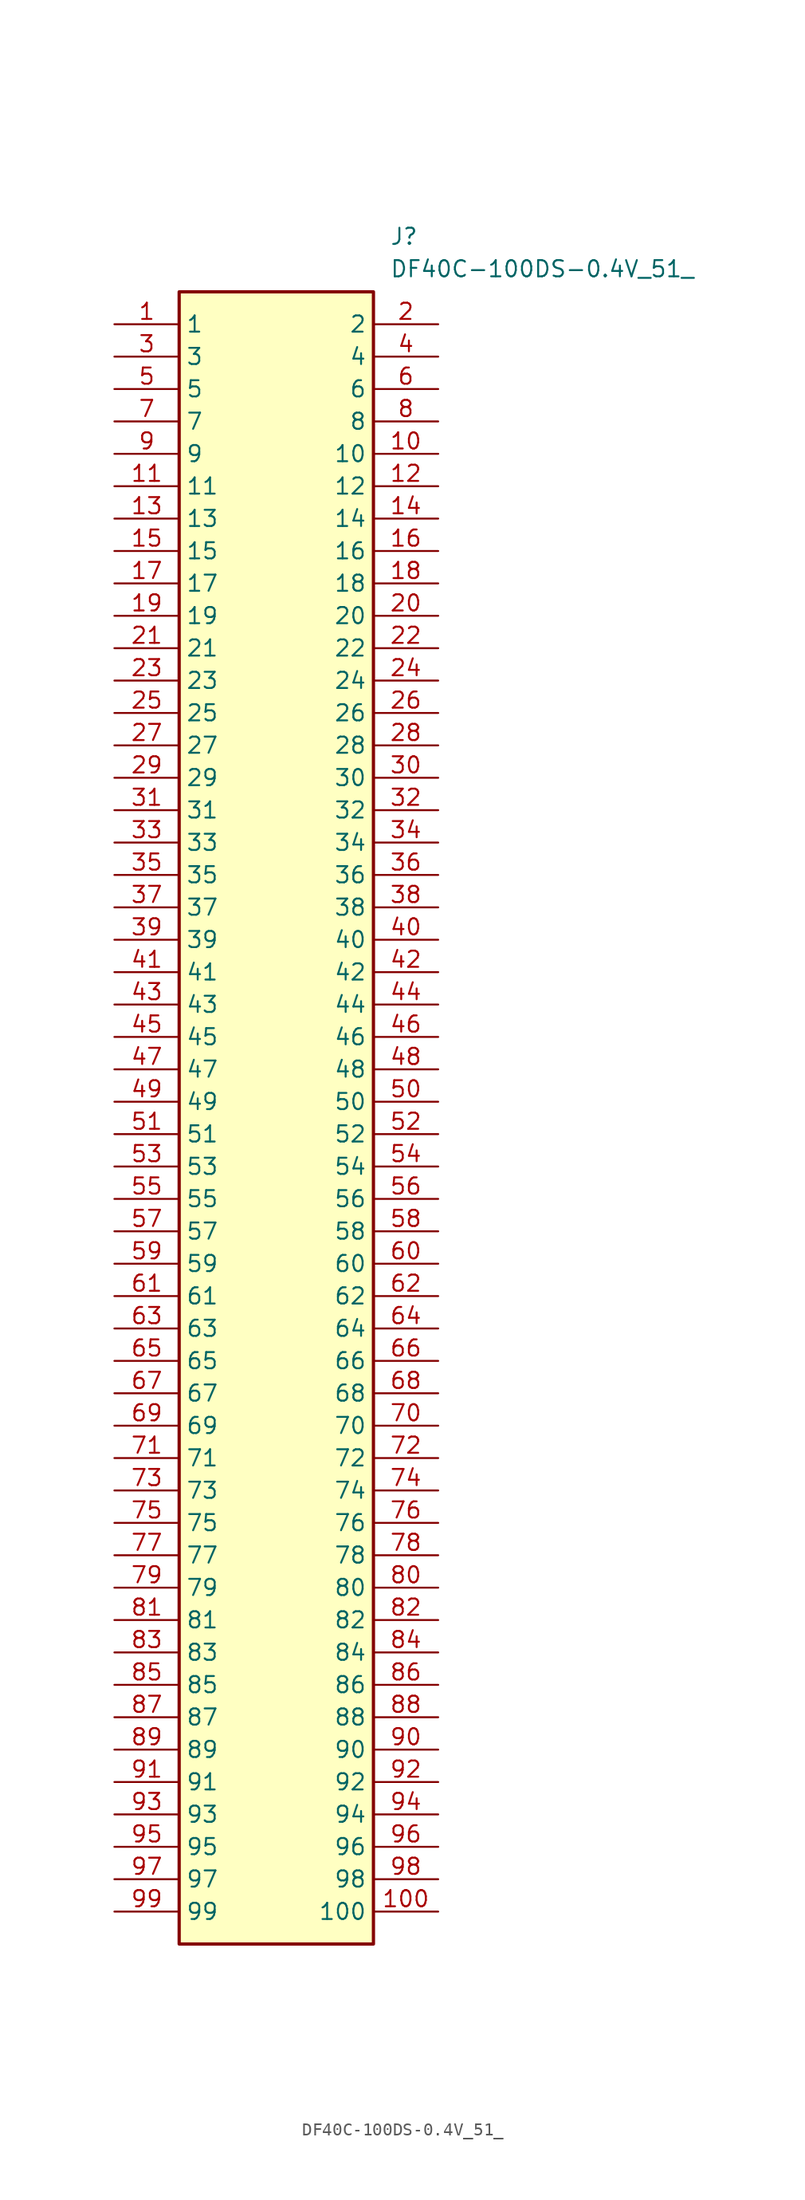
<source format=kicad_sym>
(kicad_symbol_lib
  (version 20211014)
  (generator SamacSys_ECAD_Model)
  (symbol "DF40C-100DS-0.4V_51_"
    (property "Reference" "J"
      (at 21.59 7.62 0)
      (effects (font (size 1.27 1.27)) (justify left top)))
    (property "Value" "DF40C-100DS-0.4V_51_"
      (at 21.59 5.08 0)
      (effects (font (size 1.27 1.27)) (justify left top)))
    (rectangle
      (start 5.08 2.54)
      (end 20.32 -127)
      (stroke (width 0.254) (type default))
      (fill (type background)))
    (pin passive line
      (at 0 0 0)
      (length 5.08)
      (name "1" (effects (font (size 1.27 1.27))))
      (number "1" (effects (font (size 1.27 1.27)))))
    (pin passive line
      (at 25.4 0 180)
      (length 5.08)
      (name "2" (effects (font (size 1.27 1.27))))
      (number "2" (effects (font (size 1.27 1.27)))))
    (pin passive line
      (at 0 -2.54 0)
      (length 5.08)
      (name "3" (effects (font (size 1.27 1.27))))
      (number "3" (effects (font (size 1.27 1.27)))))
    (pin passive line
      (at 25.4 -2.54 180)
      (length 5.08)
      (name "4" (effects (font (size 1.27 1.27))))
      (number "4" (effects (font (size 1.27 1.27)))))
    (pin passive line
      (at 0 -5.08 0)
      (length 5.08)
      (name "5" (effects (font (size 1.27 1.27))))
      (number "5" (effects (font (size 1.27 1.27)))))
    (pin passive line
      (at 25.4 -5.08 180)
      (length 5.08)
      (name "6" (effects (font (size 1.27 1.27))))
      (number "6" (effects (font (size 1.27 1.27)))))
    (pin passive line
      (at 0 -7.62 0)
      (length 5.08)
      (name "7" (effects (font (size 1.27 1.27))))
      (number "7" (effects (font (size 1.27 1.27)))))
    (pin passive line
      (at 25.4 -7.62 180)
      (length 5.08)
      (name "8" (effects (font (size 1.27 1.27))))
      (number "8" (effects (font (size 1.27 1.27)))))
    (pin passive line
      (at 0 -10.16 0)
      (length 5.08)
      (name "9" (effects (font (size 1.27 1.27))))
      (number "9" (effects (font (size 1.27 1.27)))))
    (pin passive line
      (at 25.4 -10.16 180)
      (length 5.08)
      (name "10" (effects (font (size 1.27 1.27))))
      (number "10" (effects (font (size 1.27 1.27)))))
    (pin passive line
      (at 0 -12.7 0)
      (length 5.08)
      (name "11" (effects (font (size 1.27 1.27))))
      (number "11" (effects (font (size 1.27 1.27)))))
    (pin passive line
      (at 25.4 -12.7 180)
      (length 5.08)
      (name "12" (effects (font (size 1.27 1.27))))
      (number "12" (effects (font (size 1.27 1.27)))))
    (pin passive line
      (at 0 -15.24 0)
      (length 5.08)
      (name "13" (effects (font (size 1.27 1.27))))
      (number "13" (effects (font (size 1.27 1.27)))))
    (pin passive line
      (at 25.4 -15.24 180)
      (length 5.08)
      (name "14" (effects (font (size 1.27 1.27))))
      (number "14" (effects (font (size 1.27 1.27)))))
    (pin passive line
      (at 0 -17.78 0)
      (length 5.08)
      (name "15" (effects (font (size 1.27 1.27))))
      (number "15" (effects (font (size 1.27 1.27)))))
    (pin passive line
      (at 25.4 -17.78 180)
      (length 5.08)
      (name "16" (effects (font (size 1.27 1.27))))
      (number "16" (effects (font (size 1.27 1.27)))))
    (pin passive line
      (at 0 -20.32 0)
      (length 5.08)
      (name "17" (effects (font (size 1.27 1.27))))
      (number "17" (effects (font (size 1.27 1.27)))))
    (pin passive line
      (at 25.4 -20.32 180)
      (length 5.08)
      (name "18" (effects (font (size 1.27 1.27))))
      (number "18" (effects (font (size 1.27 1.27)))))
    (pin passive line
      (at 0 -22.86 0)
      (length 5.08)
      (name "19" (effects (font (size 1.27 1.27))))
      (number "19" (effects (font (size 1.27 1.27)))))
    (pin passive line
      (at 25.4 -22.86 180)
      (length 5.08)
      (name "20" (effects (font (size 1.27 1.27))))
      (number "20" (effects (font (size 1.27 1.27)))))
    (pin passive line
      (at 0 -25.4 0)
      (length 5.08)
      (name "21" (effects (font (size 1.27 1.27))))
      (number "21" (effects (font (size 1.27 1.27)))))
    (pin passive line
      (at 25.4 -25.4 180)
      (length 5.08)
      (name "22" (effects (font (size 1.27 1.27))))
      (number "22" (effects (font (size 1.27 1.27)))))
    (pin passive line
      (at 0 -27.94 0)
      (length 5.08)
      (name "23" (effects (font (size 1.27 1.27))))
      (number "23" (effects (font (size 1.27 1.27)))))
    (pin passive line
      (at 25.4 -27.94 180)
      (length 5.08)
      (name "24" (effects (font (size 1.27 1.27))))
      (number "24" (effects (font (size 1.27 1.27)))))
    (pin passive line
      (at 0 -30.48 0)
      (length 5.08)
      (name "25" (effects (font (size 1.27 1.27))))
      (number "25" (effects (font (size 1.27 1.27)))))
    (pin passive line
      (at 25.4 -30.48 180)
      (length 5.08)
      (name "26" (effects (font (size 1.27 1.27))))
      (number "26" (effects (font (size 1.27 1.27)))))
    (pin passive line
      (at 0 -33.02 0)
      (length 5.08)
      (name "27" (effects (font (size 1.27 1.27))))
      (number "27" (effects (font (size 1.27 1.27)))))
    (pin passive line
      (at 25.4 -33.02 180)
      (length 5.08)
      (name "28" (effects (font (size 1.27 1.27))))
      (number "28" (effects (font (size 1.27 1.27)))))
    (pin passive line
      (at 0 -35.56 0)
      (length 5.08)
      (name "29" (effects (font (size 1.27 1.27))))
      (number "29" (effects (font (size 1.27 1.27)))))
    (pin passive line
      (at 25.4 -35.56 180)
      (length 5.08)
      (name "30" (effects (font (size 1.27 1.27))))
      (number "30" (effects (font (size 1.27 1.27)))))
    (pin passive line
      (at 0 -38.1 0)
      (length 5.08)
      (name "31" (effects (font (size 1.27 1.27))))
      (number "31" (effects (font (size 1.27 1.27)))))
    (pin passive line
      (at 25.4 -38.1 180)
      (length 5.08)
      (name "32" (effects (font (size 1.27 1.27))))
      (number "32" (effects (font (size 1.27 1.27)))))
    (pin passive line
      (at 0 -40.64 0)
      (length 5.08)
      (name "33" (effects (font (size 1.27 1.27))))
      (number "33" (effects (font (size 1.27 1.27)))))
    (pin passive line
      (at 25.4 -40.64 180)
      (length 5.08)
      (name "34" (effects (font (size 1.27 1.27))))
      (number "34" (effects (font (size 1.27 1.27)))))
    (pin passive line
      (at 0 -43.18 0)
      (length 5.08)
      (name "35" (effects (font (size 1.27 1.27))))
      (number "35" (effects (font (size 1.27 1.27)))))
    (pin passive line
      (at 25.4 -43.18 180)
      (length 5.08)
      (name "36" (effects (font (size 1.27 1.27))))
      (number "36" (effects (font (size 1.27 1.27)))))
    (pin passive line
      (at 0 -45.72 0)
      (length 5.08)
      (name "37" (effects (font (size 1.27 1.27))))
      (number "37" (effects (font (size 1.27 1.27)))))
    (pin passive line
      (at 25.4 -45.72 180)
      (length 5.08)
      (name "38" (effects (font (size 1.27 1.27))))
      (number "38" (effects (font (size 1.27 1.27)))))
    (pin passive line
      (at 0 -48.26 0)
      (length 5.08)
      (name "39" (effects (font (size 1.27 1.27))))
      (number "39" (effects (font (size 1.27 1.27)))))
    (pin passive line
      (at 25.4 -48.26 180)
      (length 5.08)
      (name "40" (effects (font (size 1.27 1.27))))
      (number "40" (effects (font (size 1.27 1.27)))))
    (pin passive line
      (at 0 -50.8 0)
      (length 5.08)
      (name "41" (effects (font (size 1.27 1.27))))
      (number "41" (effects (font (size 1.27 1.27)))))
    (pin passive line
      (at 25.4 -50.8 180)
      (length 5.08)
      (name "42" (effects (font (size 1.27 1.27))))
      (number "42" (effects (font (size 1.27 1.27)))))
    (pin passive line
      (at 0 -53.34 0)
      (length 5.08)
      (name "43" (effects (font (size 1.27 1.27))))
      (number "43" (effects (font (size 1.27 1.27)))))
    (pin passive line
      (at 25.4 -53.34 180)
      (length 5.08)
      (name "44" (effects (font (size 1.27 1.27))))
      (number "44" (effects (font (size 1.27 1.27)))))
    (pin passive line
      (at 0 -55.88 0)
      (length 5.08)
      (name "45" (effects (font (size 1.27 1.27))))
      (number "45" (effects (font (size 1.27 1.27)))))
    (pin passive line
      (at 25.4 -55.88 180)
      (length 5.08)
      (name "46" (effects (font (size 1.27 1.27))))
      (number "46" (effects (font (size 1.27 1.27)))))
    (pin passive line
      (at 0 -58.42 0)
      (length 5.08)
      (name "47" (effects (font (size 1.27 1.27))))
      (number "47" (effects (font (size 1.27 1.27)))))
    (pin passive line
      (at 25.4 -58.42 180)
      (length 5.08)
      (name "48" (effects (font (size 1.27 1.27))))
      (number "48" (effects (font (size 1.27 1.27)))))
    (pin passive line
      (at 0 -60.96 0)
      (length 5.08)
      (name "49" (effects (font (size 1.27 1.27))))
      (number "49" (effects (font (size 1.27 1.27)))))
    (pin passive line
      (at 25.4 -60.96 180)
      (length 5.08)
      (name "50" (effects (font (size 1.27 1.27))))
      (number "50" (effects (font (size 1.27 1.27)))))
    (pin passive line
      (at 0 -63.5 0)
      (length 5.08)
      (name "51" (effects (font (size 1.27 1.27))))
      (number "51" (effects (font (size 1.27 1.27)))))
    (pin passive line
      (at 25.4 -63.5 180)
      (length 5.08)
      (name "52" (effects (font (size 1.27 1.27))))
      (number "52" (effects (font (size 1.27 1.27)))))
    (pin passive line
      (at 0 -66.04 0)
      (length 5.08)
      (name "53" (effects (font (size 1.27 1.27))))
      (number "53" (effects (font (size 1.27 1.27)))))
    (pin passive line
      (at 25.4 -66.04 180)
      (length 5.08)
      (name "54" (effects (font (size 1.27 1.27))))
      (number "54" (effects (font (size 1.27 1.27)))))
    (pin passive line
      (at 0 -68.58 0)
      (length 5.08)
      (name "55" (effects (font (size 1.27 1.27))))
      (number "55" (effects (font (size 1.27 1.27)))))
    (pin passive line
      (at 25.4 -68.58 180)
      (length 5.08)
      (name "56" (effects (font (size 1.27 1.27))))
      (number "56" (effects (font (size 1.27 1.27)))))
    (pin passive line
      (at 0 -71.12 0)
      (length 5.08)
      (name "57" (effects (font (size 1.27 1.27))))
      (number "57" (effects (font (size 1.27 1.27)))))
    (pin passive line
      (at 25.4 -71.12 180)
      (length 5.08)
      (name "58" (effects (font (size 1.27 1.27))))
      (number "58" (effects (font (size 1.27 1.27)))))
    (pin passive line
      (at 0 -73.66 0)
      (length 5.08)
      (name "59" (effects (font (size 1.27 1.27))))
      (number "59" (effects (font (size 1.27 1.27)))))
    (pin passive line
      (at 25.4 -73.66 180)
      (length 5.08)
      (name "60" (effects (font (size 1.27 1.27))))
      (number "60" (effects (font (size 1.27 1.27)))))
    (pin passive line
      (at 0 -76.2 0)
      (length 5.08)
      (name "61" (effects (font (size 1.27 1.27))))
      (number "61" (effects (font (size 1.27 1.27)))))
    (pin passive line
      (at 25.4 -76.2 180)
      (length 5.08)
      (name "62" (effects (font (size 1.27 1.27))))
      (number "62" (effects (font (size 1.27 1.27)))))
    (pin passive line
      (at 0 -78.74 0)
      (length 5.08)
      (name "63" (effects (font (size 1.27 1.27))))
      (number "63" (effects (font (size 1.27 1.27)))))
    (pin passive line
      (at 25.4 -78.74 180)
      (length 5.08)
      (name "64" (effects (font (size 1.27 1.27))))
      (number "64" (effects (font (size 1.27 1.27)))))
    (pin passive line
      (at 0 -81.28 0)
      (length 5.08)
      (name "65" (effects (font (size 1.27 1.27))))
      (number "65" (effects (font (size 1.27 1.27)))))
    (pin passive line
      (at 25.4 -81.28 180)
      (length 5.08)
      (name "66" (effects (font (size 1.27 1.27))))
      (number "66" (effects (font (size 1.27 1.27)))))
    (pin passive line
      (at 0 -83.82 0)
      (length 5.08)
      (name "67" (effects (font (size 1.27 1.27))))
      (number "67" (effects (font (size 1.27 1.27)))))
    (pin passive line
      (at 25.4 -83.82 180)
      (length 5.08)
      (name "68" (effects (font (size 1.27 1.27))))
      (number "68" (effects (font (size 1.27 1.27)))))
    (pin passive line
      (at 0 -86.36 0)
      (length 5.08)
      (name "69" (effects (font (size 1.27 1.27))))
      (number "69" (effects (font (size 1.27 1.27)))))
    (pin passive line
      (at 25.4 -86.36 180)
      (length 5.08)
      (name "70" (effects (font (size 1.27 1.27))))
      (number "70" (effects (font (size 1.27 1.27)))))
    (pin passive line
      (at 0 -88.9 0)
      (length 5.08)
      (name "71" (effects (font (size 1.27 1.27))))
      (number "71" (effects (font (size 1.27 1.27)))))
    (pin passive line
      (at 25.4 -88.9 180)
      (length 5.08)
      (name "72" (effects (font (size 1.27 1.27))))
      (number "72" (effects (font (size 1.27 1.27)))))
    (pin passive line
      (at 0 -91.44 0)
      (length 5.08)
      (name "73" (effects (font (size 1.27 1.27))))
      (number "73" (effects (font (size 1.27 1.27)))))
    (pin passive line
      (at 25.4 -91.44 180)
      (length 5.08)
      (name "74" (effects (font (size 1.27 1.27))))
      (number "74" (effects (font (size 1.27 1.27)))))
    (pin passive line
      (at 0 -93.98 0)
      (length 5.08)
      (name "75" (effects (font (size 1.27 1.27))))
      (number "75" (effects (font (size 1.27 1.27)))))
    (pin passive line
      (at 25.4 -93.98 180)
      (length 5.08)
      (name "76" (effects (font (size 1.27 1.27))))
      (number "76" (effects (font (size 1.27 1.27)))))
    (pin passive line
      (at 0 -96.52 0)
      (length 5.08)
      (name "77" (effects (font (size 1.27 1.27))))
      (number "77" (effects (font (size 1.27 1.27)))))
    (pin passive line
      (at 25.4 -96.52 180)
      (length 5.08)
      (name "78" (effects (font (size 1.27 1.27))))
      (number "78" (effects (font (size 1.27 1.27)))))
    (pin passive line
      (at 0 -99.06 0)
      (length 5.08)
      (name "79" (effects (font (size 1.27 1.27))))
      (number "79" (effects (font (size 1.27 1.27)))))
    (pin passive line
      (at 25.4 -99.06 180)
      (length 5.08)
      (name "80" (effects (font (size 1.27 1.27))))
      (number "80" (effects (font (size 1.27 1.27)))))
    (pin passive line
      (at 0 -101.6 0)
      (length 5.08)
      (name "81" (effects (font (size 1.27 1.27))))
      (number "81" (effects (font (size 1.27 1.27)))))
    (pin passive line
      (at 25.4 -101.6 180)
      (length 5.08)
      (name "82" (effects (font (size 1.27 1.27))))
      (number "82" (effects (font (size 1.27 1.27)))))
    (pin passive line
      (at 0 -104.14 0)
      (length 5.08)
      (name "83" (effects (font (size 1.27 1.27))))
      (number "83" (effects (font (size 1.27 1.27)))))
    (pin passive line
      (at 25.4 -104.14 180)
      (length 5.08)
      (name "84" (effects (font (size 1.27 1.27))))
      (number "84" (effects (font (size 1.27 1.27)))))
    (pin passive line
      (at 0 -106.68 0)
      (length 5.08)
      (name "85" (effects (font (size 1.27 1.27))))
      (number "85" (effects (font (size 1.27 1.27)))))
    (pin passive line
      (at 25.4 -106.68 180)
      (length 5.08)
      (name "86" (effects (font (size 1.27 1.27))))
      (number "86" (effects (font (size 1.27 1.27)))))
    (pin passive line
      (at 0 -109.22 0)
      (length 5.08)
      (name "87" (effects (font (size 1.27 1.27))))
      (number "87" (effects (font (size 1.27 1.27)))))
    (pin passive line
      (at 25.4 -109.22 180)
      (length 5.08)
      (name "88" (effects (font (size 1.27 1.27))))
      (number "88" (effects (font (size 1.27 1.27)))))
    (pin passive line
      (at 0 -111.76 0)
      (length 5.08)
      (name "89" (effects (font (size 1.27 1.27))))
      (number "89" (effects (font (size 1.27 1.27)))))
    (pin passive line
      (at 25.4 -111.76 180)
      (length 5.08)
      (name "90" (effects (font (size 1.27 1.27))))
      (number "90" (effects (font (size 1.27 1.27)))))
    (pin passive line
      (at 0 -114.3 0)
      (length 5.08)
      (name "91" (effects (font (size 1.27 1.27))))
      (number "91" (effects (font (size 1.27 1.27)))))
    (pin passive line
      (at 25.4 -114.3 180)
      (length 5.08)
      (name "92" (effects (font (size 1.27 1.27))))
      (number "92" (effects (font (size 1.27 1.27)))))
    (pin passive line
      (at 0 -116.84 0)
      (length 5.08)
      (name "93" (effects (font (size 1.27 1.27))))
      (number "93" (effects (font (size 1.27 1.27)))))
    (pin passive line
      (at 25.4 -116.84 180)
      (length 5.08)
      (name "94" (effects (font (size 1.27 1.27))))
      (number "94" (effects (font (size 1.27 1.27)))))
    (pin passive line
      (at 0 -119.38 0)
      (length 5.08)
      (name "95" (effects (font (size 1.27 1.27))))
      (number "95" (effects (font (size 1.27 1.27)))))
    (pin passive line
      (at 25.4 -119.38 180)
      (length 5.08)
      (name "96" (effects (font (size 1.27 1.27))))
      (number "96" (effects (font (size 1.27 1.27)))))
    (pin passive line
      (at 0 -121.92 0)
      (length 5.08)
      (name "97" (effects (font (size 1.27 1.27))))
      (number "97" (effects (font (size 1.27 1.27)))))
    (pin passive line
      (at 25.4 -121.92 180)
      (length 5.08)
      (name "98" (effects (font (size 1.27 1.27))))
      (number "98" (effects (font (size 1.27 1.27)))))
    (pin passive line
      (at 0 -124.46 0)
      (length 5.08)
      (name "99" (effects (font (size 1.27 1.27))))
      (number "99" (effects (font (size 1.27 1.27)))))
    (pin passive line
      (at 25.4 -124.46 180)
      (length 5.08)
      (name "100" (effects (font (size 1.27 1.27))))
      (number "100" (effects (font (size 1.27 1.27)))))))
</source>
